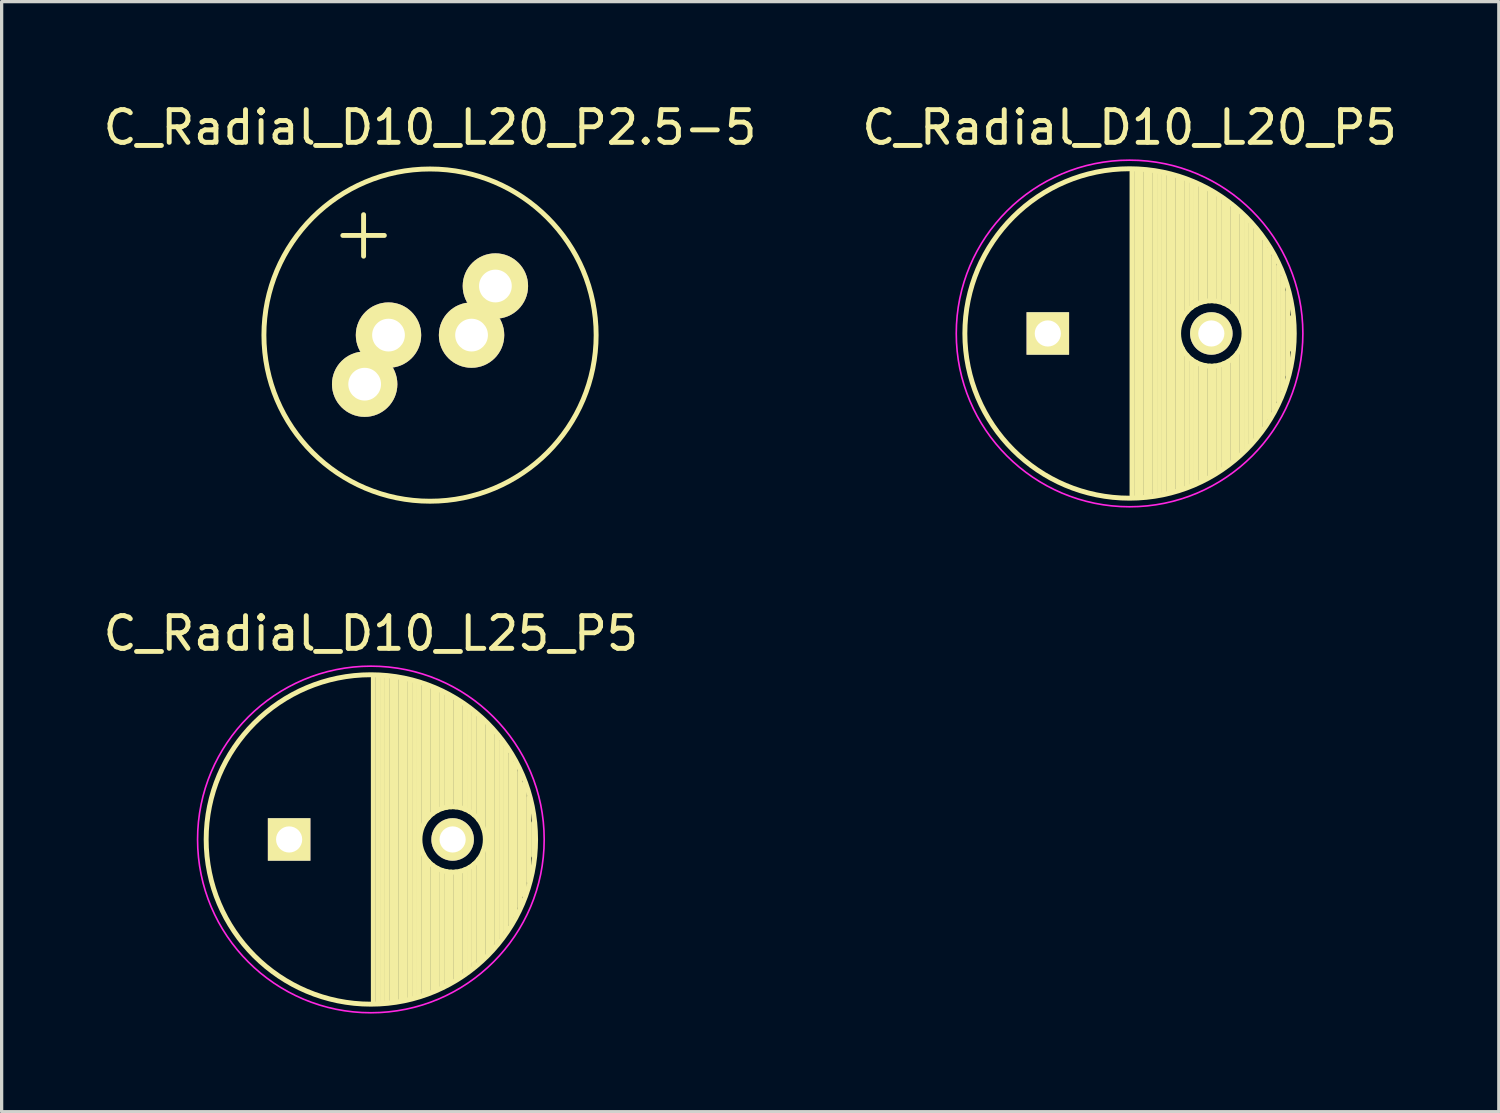
<source format=kicad_pcb>
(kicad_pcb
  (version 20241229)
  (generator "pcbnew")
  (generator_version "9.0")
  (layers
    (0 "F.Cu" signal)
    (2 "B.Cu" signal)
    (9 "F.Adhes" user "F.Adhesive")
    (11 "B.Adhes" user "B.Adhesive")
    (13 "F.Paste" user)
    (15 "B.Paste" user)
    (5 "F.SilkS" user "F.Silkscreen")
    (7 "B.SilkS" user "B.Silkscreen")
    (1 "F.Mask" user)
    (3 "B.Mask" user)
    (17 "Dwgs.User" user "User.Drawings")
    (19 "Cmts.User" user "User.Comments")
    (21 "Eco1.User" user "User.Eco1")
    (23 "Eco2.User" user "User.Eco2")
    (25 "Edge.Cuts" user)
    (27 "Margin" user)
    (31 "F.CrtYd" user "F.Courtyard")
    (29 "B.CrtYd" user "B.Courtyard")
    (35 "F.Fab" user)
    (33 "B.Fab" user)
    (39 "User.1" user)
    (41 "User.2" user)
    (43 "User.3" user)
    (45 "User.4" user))
  (footprint "C_Radial_D10_L20_P5"
    (layer "F.Cu")
    (at 28.994 7.148)
    (property "Reference" "C_Radial_D10_L20_P5" (at 2.5 -6.3 0) (layer "F.SilkS") (effects (font (size 1 1) (thickness 0.15))))
    (attr through_hole)
    (fp_line (start 2.575 -4.999) (end 2.575 4.999) (stroke (width 0.15) (type solid)) (layer "F.SilkS"))
    (fp_line (start 2.715 -4.995) (end 2.715 4.995) (stroke (width 0.15) (type solid)) (layer "F.SilkS"))
    (fp_line (start 2.855 -4.987) (end 2.855 4.987) (stroke (width 0.15) (type solid)) (layer "F.SilkS"))
    (fp_line (start 2.995 -4.975) (end 2.995 4.975) (stroke (width 0.15) (type solid)) (layer "F.SilkS"))
    (fp_line (start 3.135 -4.96) (end 3.135 4.96) (stroke (width 0.15) (type solid)) (layer "F.SilkS"))
    (fp_line (start 3.275 -4.94) (end 3.275 4.94) (stroke (width 0.15) (type solid)) (layer "F.SilkS"))
    (fp_line (start 3.415 -4.916) (end 3.415 4.916) (stroke (width 0.15) (type solid)) (layer "F.SilkS"))
    (fp_line (start 3.555 -4.887) (end 3.555 4.887) (stroke (width 0.15) (type solid)) (layer "F.SilkS"))
    (fp_line (start 3.695 -4.855) (end 3.695 4.855) (stroke (width 0.15) (type solid)) (layer "F.SilkS"))
    (fp_line (start 3.835 -4.818) (end 3.835 4.818) (stroke (width 0.15) (type solid)) (layer "F.SilkS"))
    (fp_line (start 3.975 -4.777) (end 3.975 4.777) (stroke (width 0.15) (type solid)) (layer "F.SilkS"))
    (fp_line (start 4.115 -4.732) (end 4.115 -0.466) (stroke (width 0.15) (type solid)) (layer "F.SilkS"))
    (fp_line (start 4.115 0.466) (end 4.115 4.732) (stroke (width 0.15) (type solid)) (layer "F.SilkS"))
    (fp_line (start 4.255 -4.682) (end 4.255 -0.667) (stroke (width 0.15) (type solid)) (layer "F.SilkS"))
    (fp_line (start 4.255 0.667) (end 4.255 4.682) (stroke (width 0.15) (type solid)) (layer "F.SilkS"))
    (fp_line (start 4.395 -4.627) (end 4.395 -0.796) (stroke (width 0.15) (type solid)) (layer "F.SilkS"))
    (fp_line (start 4.395 0.796) (end 4.395 4.627) (stroke (width 0.15) (type solid)) (layer "F.SilkS"))
    (fp_line (start 4.535 -4.567) (end 4.535 -0.885) (stroke (width 0.15) (type solid)) (layer "F.SilkS"))
    (fp_line (start 4.535 0.885) (end 4.535 4.567) (stroke (width 0.15) (type solid)) (layer "F.SilkS"))
    (fp_line (start 4.675 -4.502) (end 4.675 -0.946) (stroke (width 0.15) (type solid)) (layer "F.SilkS"))
    (fp_line (start 4.675 0.946) (end 4.675 4.502) (stroke (width 0.15) (type solid)) (layer "F.SilkS"))
    (fp_line (start 4.815 -4.432) (end 4.815 -0.983) (stroke (width 0.15) (type solid)) (layer "F.SilkS"))
    (fp_line (start 4.815 0.983) (end 4.815 4.432) (stroke (width 0.15) (type solid)) (layer "F.SilkS"))
    (fp_line (start 4.955 -4.356) (end 4.955 -0.999) (stroke (width 0.15) (type solid)) (layer "F.SilkS"))
    (fp_line (start 4.955 0.999) (end 4.955 4.356) (stroke (width 0.15) (type solid)) (layer "F.SilkS"))
    (fp_line (start 5.095 -4.274) (end 5.095 -0.995) (stroke (width 0.15) (type solid)) (layer "F.SilkS"))
    (fp_line (start 5.095 0.995) (end 5.095 4.274) (stroke (width 0.15) (type solid)) (layer "F.SilkS"))
    (fp_line (start 5.235 -4.186) (end 5.235 -0.972) (stroke (width 0.15) (type solid)) (layer "F.SilkS"))
    (fp_line (start 5.235 0.972) (end 5.235 4.186) (stroke (width 0.15) (type solid)) (layer "F.SilkS"))
    (fp_line (start 5.375 -4.091) (end 5.375 -0.927) (stroke (width 0.15) (type solid)) (layer "F.SilkS"))
    (fp_line (start 5.375 0.927) (end 5.375 4.091) (stroke (width 0.15) (type solid)) (layer "F.SilkS"))
    (fp_line (start 5.515 -3.989) (end 5.515 -0.857) (stroke (width 0.15) (type solid)) (layer "F.SilkS"))
    (fp_line (start 5.515 0.857) (end 5.515 3.989) (stroke (width 0.15) (type solid)) (layer "F.SilkS"))
    (fp_line (start 5.655 -3.879) (end 5.655 -0.756) (stroke (width 0.15) (type solid)) (layer "F.SilkS"))
    (fp_line (start 5.655 0.756) (end 5.655 3.879) (stroke (width 0.15) (type solid)) (layer "F.SilkS"))
    (fp_line (start 5.795 -3.761) (end 5.795 -0.607) (stroke (width 0.15) (type solid)) (layer "F.SilkS"))
    (fp_line (start 5.795 0.607) (end 5.795 3.761) (stroke (width 0.15) (type solid)) (layer "F.SilkS"))
    (fp_line (start 5.935 -3.633) (end 5.935 -0.355) (stroke (width 0.15) (type solid)) (layer "F.SilkS"))
    (fp_line (start 5.935 0.355) (end 5.935 3.633) (stroke (width 0.15) (type solid)) (layer "F.SilkS"))
    (fp_line (start 6.075 -3.496) (end 6.075 3.496) (stroke (width 0.15) (type solid)) (layer "F.SilkS"))
    (fp_line (start 6.215 -3.346) (end 6.215 3.346) (stroke (width 0.15) (type solid)) (layer "F.SilkS"))
    (fp_line (start 6.355 -3.184) (end 6.355 3.184) (stroke (width 0.15) (type solid)) (layer "F.SilkS"))
    (fp_line (start 6.495 -3.007) (end 6.495 3.007) (stroke (width 0.15) (type solid)) (layer "F.SilkS"))
    (fp_line (start 6.635 -2.811) (end 6.635 2.811) (stroke (width 0.15) (type solid)) (layer "F.SilkS"))
    (fp_line (start 6.775 -2.593) (end 6.775 2.593) (stroke (width 0.15) (type solid)) (layer "F.SilkS"))
    (fp_line (start 6.915 -2.347) (end 6.915 2.347) (stroke (width 0.15) (type solid)) (layer "F.SilkS"))
    (fp_line (start 7.055 -2.062) (end 7.055 2.062) (stroke (width 0.15) (type solid)) (layer "F.SilkS"))
    (fp_line (start 7.195 -1.72) (end 7.195 1.72) (stroke (width 0.15) (type solid)) (layer "F.SilkS"))
    (fp_line (start 7.335 -1.274) (end 7.335 1.274) (stroke (width 0.15) (type solid)) (layer "F.SilkS"))
    (fp_line (start 7.475 -0.499) (end 7.475 0.499) (stroke (width 0.15) (type solid)) (layer "F.SilkS"))
    (fp_circle (center 2.5 0) (end 2.5 -5.037) (stroke (width 0.15) (type solid)) (fill no) (layer "F.SilkS"))
    (fp_circle (center 5 0) (end 5 -1) (stroke (width 0.15) (type solid)) (fill no) (layer "F.SilkS"))
    (fp_circle (center 2.5 0) (end 2.5 -5.3) (stroke (width 0.05) (type solid)) (fill no) (layer "F.CrtYd"))
    (pad "1" thru_hole rect (at 0 0) (size 1.3 1.3) (drill 0.8) (layers "*.Cu" "*.Mask" "F.SilkS"))
    (pad "2" thru_hole circle (at 5 0) (size 1.3 1.3) (drill 0.8) (layers "*.Cu" "*.Mask" "F.SilkS")))
  (footprint "C_Radial_D10_L25_P5"
    (layer "F.Cu")
    (at 5.792 22.622)
    (property "Reference" "C_Radial_D10_L25_P5" (at 2.5 -6.3 0) (layer "F.SilkS") (effects (font (size 1 1) (thickness 0.15))))
    (attr through_hole)
    (fp_line (start 2.575 -4.999) (end 2.575 4.999) (stroke (width 0.15) (type solid)) (layer "F.SilkS"))
    (fp_line (start 2.715 -4.995) (end 2.715 4.995) (stroke (width 0.15) (type solid)) (layer "F.SilkS"))
    (fp_line (start 2.855 -4.987) (end 2.855 4.987) (stroke (width 0.15) (type solid)) (layer "F.SilkS"))
    (fp_line (start 2.995 -4.975) (end 2.995 4.975) (stroke (width 0.15) (type solid)) (layer "F.SilkS"))
    (fp_line (start 3.135 -4.96) (end 3.135 4.96) (stroke (width 0.15) (type solid)) (layer "F.SilkS"))
    (fp_line (start 3.275 -4.94) (end 3.275 4.94) (stroke (width 0.15) (type solid)) (layer "F.SilkS"))
    (fp_line (start 3.415 -4.916) (end 3.415 4.916) (stroke (width 0.15) (type solid)) (layer "F.SilkS"))
    (fp_line (start 3.555 -4.887) (end 3.555 4.887) (stroke (width 0.15) (type solid)) (layer "F.SilkS"))
    (fp_line (start 3.695 -4.855) (end 3.695 4.855) (stroke (width 0.15) (type solid)) (layer "F.SilkS"))
    (fp_line (start 3.835 -4.818) (end 3.835 4.818) (stroke (width 0.15) (type solid)) (layer "F.SilkS"))
    (fp_line (start 3.975 -4.777) (end 3.975 4.777) (stroke (width 0.15) (type solid)) (layer "F.SilkS"))
    (fp_line (start 4.115 -4.732) (end 4.115 -0.466) (stroke (width 0.15) (type solid)) (layer "F.SilkS"))
    (fp_line (start 4.115 0.466) (end 4.115 4.732) (stroke (width 0.15) (type solid)) (layer "F.SilkS"))
    (fp_line (start 4.255 -4.682) (end 4.255 -0.667) (stroke (width 0.15) (type solid)) (layer "F.SilkS"))
    (fp_line (start 4.255 0.667) (end 4.255 4.682) (stroke (width 0.15) (type solid)) (layer "F.SilkS"))
    (fp_line (start 4.395 -4.627) (end 4.395 -0.796) (stroke (width 0.15) (type solid)) (layer "F.SilkS"))
    (fp_line (start 4.395 0.796) (end 4.395 4.627) (stroke (width 0.15) (type solid)) (layer "F.SilkS"))
    (fp_line (start 4.535 -4.567) (end 4.535 -0.885) (stroke (width 0.15) (type solid)) (layer "F.SilkS"))
    (fp_line (start 4.535 0.885) (end 4.535 4.567) (stroke (width 0.15) (type solid)) (layer "F.SilkS"))
    (fp_line (start 4.675 -4.502) (end 4.675 -0.946) (stroke (width 0.15) (type solid)) (layer "F.SilkS"))
    (fp_line (start 4.675 0.946) (end 4.675 4.502) (stroke (width 0.15) (type solid)) (layer "F.SilkS"))
    (fp_line (start 4.815 -4.432) (end 4.815 -0.983) (stroke (width 0.15) (type solid)) (layer "F.SilkS"))
    (fp_line (start 4.815 0.983) (end 4.815 4.432) (stroke (width 0.15) (type solid)) (layer "F.SilkS"))
    (fp_line (start 4.955 -4.356) (end 4.955 -0.999) (stroke (width 0.15) (type solid)) (layer "F.SilkS"))
    (fp_line (start 4.955 0.999) (end 4.955 4.356) (stroke (width 0.15) (type solid)) (layer "F.SilkS"))
    (fp_line (start 5.095 -4.274) (end 5.095 -0.995) (stroke (width 0.15) (type solid)) (layer "F.SilkS"))
    (fp_line (start 5.095 0.995) (end 5.095 4.274) (stroke (width 0.15) (type solid)) (layer "F.SilkS"))
    (fp_line (start 5.235 -4.186) (end 5.235 -0.972) (stroke (width 0.15) (type solid)) (layer "F.SilkS"))
    (fp_line (start 5.235 0.972) (end 5.235 4.186) (stroke (width 0.15) (type solid)) (layer "F.SilkS"))
    (fp_line (start 5.375 -4.091) (end 5.375 -0.927) (stroke (width 0.15) (type solid)) (layer "F.SilkS"))
    (fp_line (start 5.375 0.927) (end 5.375 4.091) (stroke (width 0.15) (type solid)) (layer "F.SilkS"))
    (fp_line (start 5.515 -3.989) (end 5.515 -0.857) (stroke (width 0.15) (type solid)) (layer "F.SilkS"))
    (fp_line (start 5.515 0.857) (end 5.515 3.989) (stroke (width 0.15) (type solid)) (layer "F.SilkS"))
    (fp_line (start 5.655 -3.879) (end 5.655 -0.756) (stroke (width 0.15) (type solid)) (layer "F.SilkS"))
    (fp_line (start 5.655 0.756) (end 5.655 3.879) (stroke (width 0.15) (type solid)) (layer "F.SilkS"))
    (fp_line (start 5.795 -3.761) (end 5.795 -0.607) (stroke (width 0.15) (type solid)) (layer "F.SilkS"))
    (fp_line (start 5.795 0.607) (end 5.795 3.761) (stroke (width 0.15) (type solid)) (layer "F.SilkS"))
    (fp_line (start 5.935 -3.633) (end 5.935 -0.355) (stroke (width 0.15) (type solid)) (layer "F.SilkS"))
    (fp_line (start 5.935 0.355) (end 5.935 3.633) (stroke (width 0.15) (type solid)) (layer "F.SilkS"))
    (fp_line (start 6.075 -3.496) (end 6.075 3.496) (stroke (width 0.15) (type solid)) (layer "F.SilkS"))
    (fp_line (start 6.215 -3.346) (end 6.215 3.346) (stroke (width 0.15) (type solid)) (layer "F.SilkS"))
    (fp_line (start 6.355 -3.184) (end 6.355 3.184) (stroke (width 0.15) (type solid)) (layer "F.SilkS"))
    (fp_line (start 6.495 -3.007) (end 6.495 3.007) (stroke (width 0.15) (type solid)) (layer "F.SilkS"))
    (fp_line (start 6.635 -2.811) (end 6.635 2.811) (stroke (width 0.15) (type solid)) (layer "F.SilkS"))
    (fp_line (start 6.775 -2.593) (end 6.775 2.593) (stroke (width 0.15) (type solid)) (layer "F.SilkS"))
    (fp_line (start 6.915 -2.347) (end 6.915 2.347) (stroke (width 0.15) (type solid)) (layer "F.SilkS"))
    (fp_line (start 7.055 -2.062) (end 7.055 2.062) (stroke (width 0.15) (type solid)) (layer "F.SilkS"))
    (fp_line (start 7.195 -1.72) (end 7.195 1.72) (stroke (width 0.15) (type solid)) (layer "F.SilkS"))
    (fp_line (start 7.335 -1.274) (end 7.335 1.274) (stroke (width 0.15) (type solid)) (layer "F.SilkS"))
    (fp_line (start 7.475 -0.499) (end 7.475 0.499) (stroke (width 0.15) (type solid)) (layer "F.SilkS"))
    (fp_circle (center 2.5 0) (end 2.5 -5.037) (stroke (width 0.15) (type solid)) (fill no) (layer "F.SilkS"))
    (fp_circle (center 5 0) (end 5 -1) (stroke (width 0.15) (type solid)) (fill no) (layer "F.SilkS"))
    (fp_circle (center 2.5 0) (end 2.5 -5.3) (stroke (width 0.05) (type solid)) (fill no) (layer "F.CrtYd"))
    (pad "1" thru_hole rect (at 0 0) (size 1.3 1.3) (drill 0.8) (layers "*.Cu" "*.Mask" "F.SilkS"))
    (pad "2" thru_hole circle (at 5 0) (size 1.3 1.3) (drill 0.8) (layers "*.Cu" "*.Mask" "F.SilkS")))
  (footprint "C_Radial_D10_L20_P2.5-5"
    (layer "F.Cu")
    (at 10.101 7.198)
    (property "Reference" "C_Radial_D10_L20_P2.5-5" (at 0 -6.35 0) (layer "F.SilkS") (effects (font (size 1 1) (thickness 0.15))))
    (attr through_hole)
    (fp_line (start -2.667 -3.048) (end -1.397 -3.048) (stroke (width 0.15) (type solid)) (layer "F.SilkS"))
    (fp_line (start -2.032 -3.683) (end -2.032 -2.413) (stroke (width 0.15) (type solid)) (layer "F.SilkS"))
    (fp_circle (center 0 0) (end 5.08 0) (stroke (width 0.15) (type solid)) (fill no) (layer "F.SilkS"))
    (pad "1" thru_hole circle (at -1.999 1.501) (size 1.999 1.999) (drill 1.001) (layers "*.Cu" "*.Mask" "F.SilkS"))
    (pad "1" thru_hole circle (at -1.27 0) (size 1.999 1.999) (drill 1.001) (layers "*.Cu" "*.Mask" "F.SilkS"))
    (pad "2" thru_hole circle (at 1.27 0) (size 1.999 1.999) (drill 1.001) (layers "*.Cu" "*.Mask" "F.SilkS"))
    (pad "2" thru_hole circle (at 1.999 -1.501) (size 1.999 1.999) (drill 1.001) (layers "*.Cu" "*.Mask" "F.SilkS")))
  (gr_rect
    (start -3 -3)
    (end 42.786 30.947)
    (stroke (width 0.1) (type default))
    (fill no)
    (layer "Edge.Cuts")))
</source>
